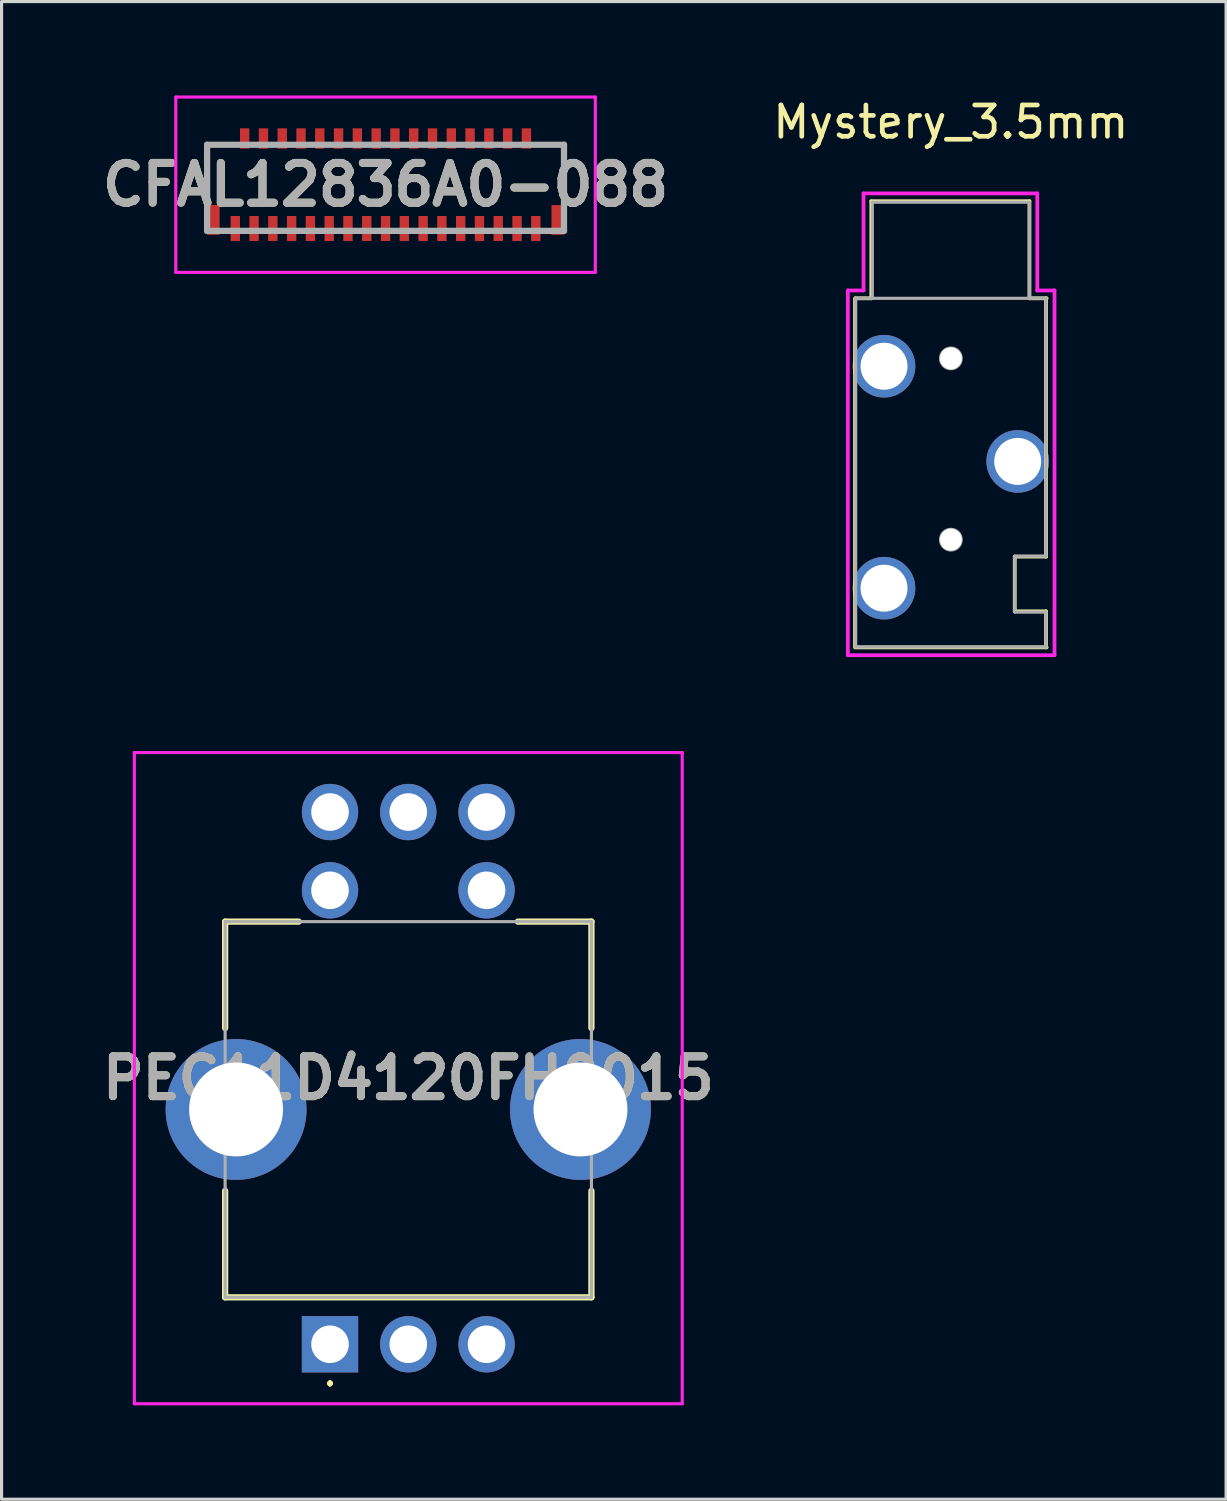
<source format=kicad_pcb>
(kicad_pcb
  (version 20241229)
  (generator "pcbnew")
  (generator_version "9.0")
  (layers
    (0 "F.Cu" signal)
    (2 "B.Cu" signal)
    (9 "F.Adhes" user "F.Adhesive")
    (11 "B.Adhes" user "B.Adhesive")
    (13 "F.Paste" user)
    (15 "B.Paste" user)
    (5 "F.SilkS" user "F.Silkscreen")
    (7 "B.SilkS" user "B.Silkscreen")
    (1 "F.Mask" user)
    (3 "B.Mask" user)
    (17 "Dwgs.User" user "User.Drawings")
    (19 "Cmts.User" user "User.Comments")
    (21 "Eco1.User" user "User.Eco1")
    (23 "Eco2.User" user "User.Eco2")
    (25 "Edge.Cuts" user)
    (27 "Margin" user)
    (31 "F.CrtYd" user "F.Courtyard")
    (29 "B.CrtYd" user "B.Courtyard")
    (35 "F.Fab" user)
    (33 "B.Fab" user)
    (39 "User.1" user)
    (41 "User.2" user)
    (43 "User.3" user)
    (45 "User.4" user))
  (footprint "Mystery_3.5mm"
    (layer "F.Cu")
    (at 27.322 8.398)
    (property "Reference" "Mystery_3.5mm" (at 0 -7.55 0) (unlocked yes) (layer "F.SilkS") (effects (font (size 1 1) (thickness 0.15))))
    (attr through_hole)
    (fp_line (start -3.06 -1.92) (end -3.06 9.23) (stroke (width 0.12) (type solid)) (layer "F.SilkS"))
    (fp_line (start -3.04 -1.92) (end -2.54 -1.92) (stroke (width 0.12) (type solid)) (layer "F.SilkS"))
    (fp_line (start -2.54 -5.02) (end 2.51 -5.02) (stroke (width 0.12) (type solid)) (layer "F.SilkS"))
    (fp_line (start -2.54 -1.92) (end -2.54 -5.02) (stroke (width 0.12) (type solid)) (layer "F.SilkS"))
    (fp_line (start 2.04 6.33) (end 3.04 6.33) (stroke (width 0.12) (type solid)) (layer "F.SilkS"))
    (fp_line (start 2.04 8.08) (end 2.04 6.33) (stroke (width 0.12) (type solid)) (layer "F.SilkS"))
    (fp_line (start 2.51 -5.02) (end 2.51 -1.92) (stroke (width 0.12) (type solid)) (layer "F.SilkS"))
    (fp_line (start 2.51 -1.92) (end 3.06 -1.92) (stroke (width 0.12) (type solid)) (layer "F.SilkS"))
    (fp_line (start 3.04 6.33) (end 3.04 -1.92) (stroke (width 0.12) (type solid)) (layer "F.SilkS"))
    (fp_line (start 3.04 8.08) (end 2.04 8.08) (stroke (width 0.12) (type solid)) (layer "F.SilkS"))
    (fp_line (start 3.04 9.23) (end 3.04 8.08) (stroke (width 0.12) (type solid)) (layer "F.SilkS"))
    (fp_line (start 3.06 9.23) (end -3.04 9.23) (stroke (width 0.12) (type solid)) (layer "F.SilkS"))
    (fp_line (start -3.29 -2.17) (end -3.29 9.48) (stroke (width 0.12) (type solid)) (layer "F.CrtYd"))
    (fp_line (start -3.29 9.48) (end 3.31 9.48) (stroke (width 0.12) (type solid)) (layer "F.CrtYd"))
    (fp_line (start -2.79 -5.27) (end -2.79 -2.17) (stroke (width 0.12) (type solid)) (layer "F.CrtYd"))
    (fp_line (start -2.79 -2.17) (end -3.29 -2.17) (stroke (width 0.12) (type solid)) (layer "F.CrtYd"))
    (fp_line (start 2.76 -5.27) (end -2.79 -5.27) (stroke (width 0.12) (type solid)) (layer "F.CrtYd"))
    (fp_line (start 2.76 -2.17) (end 2.76 -5.27) (stroke (width 0.12) (type solid)) (layer "F.CrtYd"))
    (fp_line (start 3.31 -2.17) (end 2.76 -2.17) (stroke (width 0.12) (type solid)) (layer "F.CrtYd"))
    (fp_line (start 3.31 9.48) (end 3.31 -2.17) (stroke (width 0.12) (type solid)) (layer "F.CrtYd"))
    (fp_line (start -3.04 9.22) (end -3.04 -1.92) (stroke (width 0.1) (type solid)) (layer "F.Fab"))
    (fp_line (start -3.04 9.22) (end 3.04 9.22) (stroke (width 0.1) (type solid)) (layer "F.Fab"))
    (fp_line (start -2.51 -1.92) (end -3.04 -1.92) (stroke (width 0.1) (type solid)) (layer "F.Fab"))
    (fp_line (start -2.51 -1.92) (end -2.51 -4.99) (stroke (width 0.1) (type solid)) (layer "F.Fab"))
    (fp_line (start -2.51 -1.92) (end 2.51 -1.92) (stroke (width 0.1) (type solid)) (layer "F.Fab"))
    (fp_line (start -2.23 -0.22) (end -2.23 0.72) (stroke (width 0.05) (type solid)) (layer "F.Fab"))
    (fp_line (start -2.23 0.72) (end -2.04 0.72) (stroke (width 0.05) (type solid)) (layer "F.Fab"))
    (fp_line (start -2.23 6.87) (end -2.23 7.81) (stroke (width 0.05) (type solid)) (layer "F.Fab"))
    (fp_line (start -2.23 7.81) (end -2.04 7.81) (stroke (width 0.05) (type solid)) (layer "F.Fab"))
    (fp_line (start -2.04 -0.22) (end -2.23 -0.22) (stroke (width 0.05) (type solid)) (layer "F.Fab"))
    (fp_line (start -2.04 -0.22) (end -2.04 0.72) (stroke (width 0.05) (type solid)) (layer "F.Fab"))
    (fp_line (start -2.04 6.87) (end -2.23 6.87) (stroke (width 0.05) (type solid)) (layer "F.Fab"))
    (fp_line (start -2.04 6.87) (end -2.04 7.81) (stroke (width 0.05) (type solid)) (layer "F.Fab"))
    (fp_line (start 2.04 2.82) (end 2.04 3.76) (stroke (width 0.05) (type solid)) (layer "F.Fab"))
    (fp_line (start 2.04 2.82) (end 2.23 2.82) (stroke (width 0.05) (type solid)) (layer "F.Fab"))
    (fp_line (start 2.04 3.76) (end 2.23 3.76) (stroke (width 0.05) (type solid)) (layer "F.Fab"))
    (fp_line (start 2.04 6.32) (end 2.04 8.1) (stroke (width 0.1) (type solid)) (layer "F.Fab"))
    (fp_line (start 2.23 2.82) (end 2.23 3.76) (stroke (width 0.05) (type solid)) (layer "F.Fab"))
    (fp_line (start 2.51 -4.99) (end -2.51 -4.99) (stroke (width 0.1) (type solid)) (layer "F.Fab"))
    (fp_line (start 2.51 -1.92) (end 2.51 -4.99) (stroke (width 0.1) (type solid)) (layer "F.Fab"))
    (fp_line (start 3.04 -1.92) (end 2.51 -1.92) (stroke (width 0.1) (type solid)) (layer "F.Fab"))
    (fp_line (start 3.04 6.32) (end 2.04 6.32) (stroke (width 0.1) (type solid)) (layer "F.Fab"))
    (fp_line (start 3.04 6.32) (end 3.04 -1.92) (stroke (width 0.1) (type solid)) (layer "F.Fab"))
    (fp_line (start 3.04 8.1) (end 2.04 8.1) (stroke (width 0.1) (type solid)) (layer "F.Fab"))
    (fp_line (start 3.04 9.22) (end 3.04 8.1) (stroke (width 0.1) (type solid)) (layer "F.Fab"))
    (fp_circle (center 0 0) (end 0.32 0) (stroke (width 0.12) (type solid)) (fill no) (layer "F.Fab"))
    (fp_circle (center 0 5.79) (end 0.32 5.79) (stroke (width 0.12) (type solid)) (fill no) (layer "F.Fab"))
    (pad "" np_thru_hole circle (at 0 0) (size 0.7 0.7) (drill 0.7) (layers "*.Cu" "*.Mask"))
    (pad "" np_thru_hole circle (at 0 5.79) (size 0.7 0.7) (drill 0.7) (layers "*.Cu" "*.Mask"))
    (pad "R" thru_hole circle (at 2.135 3.29) (size 2 2) (drill 1.5) (layers "*.Cu" "*.Mask"))
    (pad "S" thru_hole circle (at -2.135 0.25) (size 2 2) (drill 1.5) (layers "*.Cu" "*.Mask"))
    (pad "T" thru_hole circle (at -2.135 7.34) (size 2 2) (drill 1.5) (layers "*.Cu" "*.Mask")))
  (footprint "CFAL12836A0-088"
    (layer "F.Cu")
    (at 9.265 1.574)
    (property "Reference" "CFAL12836A0-088" (at 0 1.276 0) (layer "F.SilkS") (effects (font (size 1.27 1.27) (thickness 0.254))))
    (attr smd)
    (fp_line (start -5.7 0) (end -5 0) (stroke (width 0.1) (type solid)) (layer "F.SilkS"))
    (fp_line (start -5.7 1.5) (end -5.7 0) (stroke (width 0.1) (type solid)) (layer "F.SilkS"))
    (fp_line (start 5.7 0) (end 5 0) (stroke (width 0.1) (type solid)) (layer "F.SilkS"))
    (fp_line (start 5.7 1.5) (end 5.7 0) (stroke (width 0.1) (type solid)) (layer "F.SilkS"))
    (fp_line (start -6.7 -1.524) (end 6.7 -1.524) (stroke (width 0.1) (type solid)) (layer "F.CrtYd"))
    (fp_line (start -6.7 4.075) (end -6.7 -1.524) (stroke (width 0.1) (type solid)) (layer "F.CrtYd"))
    (fp_line (start 6.7 -1.524) (end 6.7 4.075) (stroke (width 0.1) (type solid)) (layer "F.CrtYd"))
    (fp_line (start 6.7 4.075) (end -6.7 4.075) (stroke (width 0.1) (type solid)) (layer "F.CrtYd"))
    (fp_line (start -5.7 0) (end 5.7 0) (stroke (width 0.2) (type solid)) (layer "F.Fab"))
    (fp_line (start -5.7 2.75) (end -5.7 0) (stroke (width 0.2) (type solid)) (layer "F.Fab"))
    (fp_line (start 5.7 0) (end 5.7 2.75) (stroke (width 0.2) (type solid)) (layer "F.Fab"))
    (fp_line (start 5.7 2.75) (end -5.7 2.75) (stroke (width 0.2) (type solid)) (layer "F.Fab"))
    (fp_text user "${REFERENCE}" (at 0 1.276 0) (layer "F.Fab") (effects (font (size 1.27 1.27) (thickness 0.254))))
    (pad "1" smd rect (at -4.8 2.675) (size 0.3 0.8) (layers "F.Cu" "F.Mask" "F.Paste"))
    (pad "2" smd rect (at -4.5 -0.2) (size 0.3 0.65) (layers "F.Cu" "F.Mask" "F.Paste"))
    (pad "3" smd rect (at -4.2 2.675) (size 0.3 0.8) (layers "F.Cu" "F.Mask" "F.Paste"))
    (pad "4" smd rect (at -3.9 -0.2) (size 0.3 0.65) (layers "F.Cu" "F.Mask" "F.Paste"))
    (pad "5" smd rect (at -3.6 2.675) (size 0.3 0.8) (layers "F.Cu" "F.Mask" "F.Paste"))
    (pad "6" smd rect (at -3.3 -0.2) (size 0.3 0.65) (layers "F.Cu" "F.Mask" "F.Paste"))
    (pad "7" smd rect (at -3 2.675) (size 0.3 0.8) (layers "F.Cu" "F.Mask" "F.Paste"))
    (pad "8" smd rect (at -2.7 -0.2) (size 0.3 0.65) (layers "F.Cu" "F.Mask" "F.Paste"))
    (pad "9" smd rect (at -2.4 2.675) (size 0.3 0.8) (layers "F.Cu" "F.Mask" "F.Paste"))
    (pad "10" smd rect (at -2.1 -0.2) (size 0.3 0.65) (layers "F.Cu" "F.Mask" "F.Paste"))
    (pad "11" smd rect (at -1.8 2.675) (size 0.3 0.8) (layers "F.Cu" "F.Mask" "F.Paste"))
    (pad "12" smd rect (at -1.5 -0.2) (size 0.3 0.65) (layers "F.Cu" "F.Mask" "F.Paste"))
    (pad "13" smd rect (at -1.2 2.675) (size 0.3 0.8) (layers "F.Cu" "F.Mask" "F.Paste"))
    (pad "14" smd rect (at -0.9 -0.2) (size 0.3 0.65) (layers "F.Cu" "F.Mask" "F.Paste"))
    (pad "15" smd rect (at -0.6 2.675) (size 0.3 0.8) (layers "F.Cu" "F.Mask" "F.Paste"))
    (pad "16" smd rect (at -0.3 -0.2) (size 0.3 0.65) (layers "F.Cu" "F.Mask" "F.Paste"))
    (pad "17" smd rect (at 0 2.675) (size 0.3 0.8) (layers "F.Cu" "F.Mask" "F.Paste"))
    (pad "18" smd rect (at 0.3 -0.2) (size 0.3 0.65) (layers "F.Cu" "F.Mask" "F.Paste"))
    (pad "19" smd rect (at 0.6 2.675) (size 0.3 0.8) (layers "F.Cu" "F.Mask" "F.Paste"))
    (pad "20" smd rect (at 0.9 -0.2) (size 0.3 0.65) (layers "F.Cu" "F.Mask" "F.Paste"))
    (pad "21" smd rect (at 1.2 2.675) (size 0.3 0.8) (layers "F.Cu" "F.Mask" "F.Paste"))
    (pad "22" smd rect (at 1.5 -0.2) (size 0.3 0.65) (layers "F.Cu" "F.Mask" "F.Paste"))
    (pad "23" smd rect (at 1.8 2.675) (size 0.3 0.8) (layers "F.Cu" "F.Mask" "F.Paste"))
    (pad "24" smd rect (at 2.1 -0.2) (size 0.3 0.65) (layers "F.Cu" "F.Mask" "F.Paste"))
    (pad "25" smd rect (at 2.4 2.675) (size 0.3 0.8) (layers "F.Cu" "F.Mask" "F.Paste"))
    (pad "26" smd rect (at 2.7 -0.2) (size 0.3 0.65) (layers "F.Cu" "F.Mask" "F.Paste"))
    (pad "27" smd rect (at 3 2.675) (size 0.3 0.8) (layers "F.Cu" "F.Mask" "F.Paste"))
    (pad "28" smd rect (at 3.3 -0.2) (size 0.3 0.65) (layers "F.Cu" "F.Mask" "F.Paste"))
    (pad "29" smd rect (at 3.6 2.675) (size 0.3 0.8) (layers "F.Cu" "F.Mask" "F.Paste"))
    (pad "30" smd rect (at 3.9 -0.2) (size 0.3 0.65) (layers "F.Cu" "F.Mask" "F.Paste"))
    (pad "31" smd rect (at 4.2 2.675) (size 0.3 0.8) (layers "F.Cu" "F.Mask" "F.Paste"))
    (pad "32" smd rect (at 4.5 -0.2) (size 0.3 0.65) (layers "F.Cu" "F.Mask" "F.Paste"))
    (pad "33" smd rect (at 4.8 2.675) (size 0.3 0.8) (layers "F.Cu" "F.Mask" "F.Paste"))
    (pad "MP1" smd rect (at -5.5 2.401) (size 0.4 0.95) (layers "F.Cu" "F.Mask" "F.Paste"))
    (pad "MP2" smd rect (at 5.5 2.401) (size 0.4 0.95) (layers "F.Cu" "F.Mask" "F.Paste")))
  (footprint "PEC11D4120FH0015"
    (layer "F.Cu")
    (at 7.491 39.888)
    (property "Reference" "PEC11D4120FH0015" (at 2.5 -8.5 0) (layer "F.SilkS") (effects (font (size 1.27 1.27) (thickness 0.254))))
    (attr through_hole)
    (fp_line (start -3.35 -13.5) (end -3.35 -10.1) (stroke (width 0.2) (type solid)) (layer "F.SilkS"))
    (fp_line (start -3.35 -4.9) (end -3.35 -1.5) (stroke (width 0.2) (type solid)) (layer "F.SilkS"))
    (fp_line (start -3.35 -1.5) (end 8.35 -1.5) (stroke (width 0.2) (type solid)) (layer "F.SilkS"))
    (fp_line (start -1 -13.5) (end -3.35 -13.5) (stroke (width 0.2) (type solid)) (layer "F.SilkS"))
    (fp_line (start 0 1.2) (end 0 1.2) (stroke (width 0.1) (type solid)) (layer "F.SilkS"))
    (fp_line (start 0 1.3) (end 0 1.3) (stroke (width 0.1) (type solid)) (layer "F.SilkS"))
    (fp_line (start 8.35 -13.5) (end 6 -13.5) (stroke (width 0.2) (type solid)) (layer "F.SilkS"))
    (fp_line (start 8.35 -10.1) (end 8.35 -13.5) (stroke (width 0.2) (type solid)) (layer "F.SilkS"))
    (fp_line (start 8.35 -1.5) (end 8.35 -4.9) (stroke (width 0.2) (type solid)) (layer "F.SilkS"))
    (fp_arc (start 0 1.2) (mid 0.05 1.25) (end 0 1.3) (stroke (width 0.1) (type solid)) (layer "F.SilkS"))
    (fp_arc (start 0 1.3) (mid -0.05 1.25) (end 0 1.2) (stroke (width 0.1) (type solid)) (layer "F.SilkS"))
    (fp_line (start -6.25 -18.9) (end 11.25 -18.9) (stroke (width 0.1) (type solid)) (layer "F.CrtYd"))
    (fp_line (start -6.25 1.9) (end -6.25 -18.9) (stroke (width 0.1) (type solid)) (layer "F.CrtYd"))
    (fp_line (start 11.25 -18.9) (end 11.25 1.9) (stroke (width 0.1) (type solid)) (layer "F.CrtYd"))
    (fp_line (start 11.25 1.9) (end -6.25 1.9) (stroke (width 0.1) (type solid)) (layer "F.CrtYd"))
    (fp_line (start -3.35 -13.5) (end -3.35 -1.5) (stroke (width 0.1) (type solid)) (layer "F.Fab"))
    (fp_line (start -3.35 -1.5) (end 8.35 -1.5) (stroke (width 0.1) (type solid)) (layer "F.Fab"))
    (fp_line (start 8.35 -13.5) (end -3.35 -13.5) (stroke (width 0.1) (type solid)) (layer "F.Fab"))
    (fp_line (start 8.35 -1.5) (end 8.35 -13.5) (stroke (width 0.1) (type solid)) (layer "F.Fab"))
    (fp_text user "${REFERENCE}" (at 2.5 -8.5 0) (layer "F.Fab") (effects (font (size 1.27 1.27) (thickness 0.254))))
    (pad "A1" thru_hole rect (at 0 0) (size 1.8 1.8) (drill 1.2) (layers "*.Cu" "*.Mask"))
    (pad "A2" thru_hole circle (at 0 -17) (size 1.8 1.8) (drill 1.2) (layers "*.Cu" "*.Mask"))
    (pad "B1" thru_hole circle (at 5 0) (size 1.8 1.8) (drill 1.2) (layers "*.Cu" "*.Mask"))
    (pad "B2" thru_hole circle (at 5 -17) (size 1.8 1.8) (drill 1.2) (layers "*.Cu" "*.Mask"))
    (pad "C1" thru_hole circle (at 2.5 0) (size 1.8 1.8) (drill 1.2) (layers "*.Cu" "*.Mask"))
    (pad "C2" thru_hole circle (at 2.5 -17) (size 1.8 1.8) (drill 1.2) (layers "*.Cu" "*.Mask"))
    (pad "MH1" thru_hole circle (at -3 -7.5) (size 4.5 4.5) (drill 3) (layers "*.Cu" "*.Mask"))
    (pad "MH2" thru_hole circle (at 8 -7.5) (size 4.5 4.5) (drill 3) (layers "*.Cu" "*.Mask"))
    (pad "S1" thru_hole circle (at 0 -14.5) (size 1.8 1.8) (drill 1.2) (layers "*.Cu" "*.Mask"))
    (pad "W1" thru_hole circle (at 5 -14.5) (size 1.8 1.8) (drill 1.2) (layers "*.Cu" "*.Mask")))
  (gr_rect
    (start -3 -3)
    (end 36.113 44.838)
    (stroke (width 0.1) (type default))
    (fill no)
    (layer "Edge.Cuts")))
</source>
